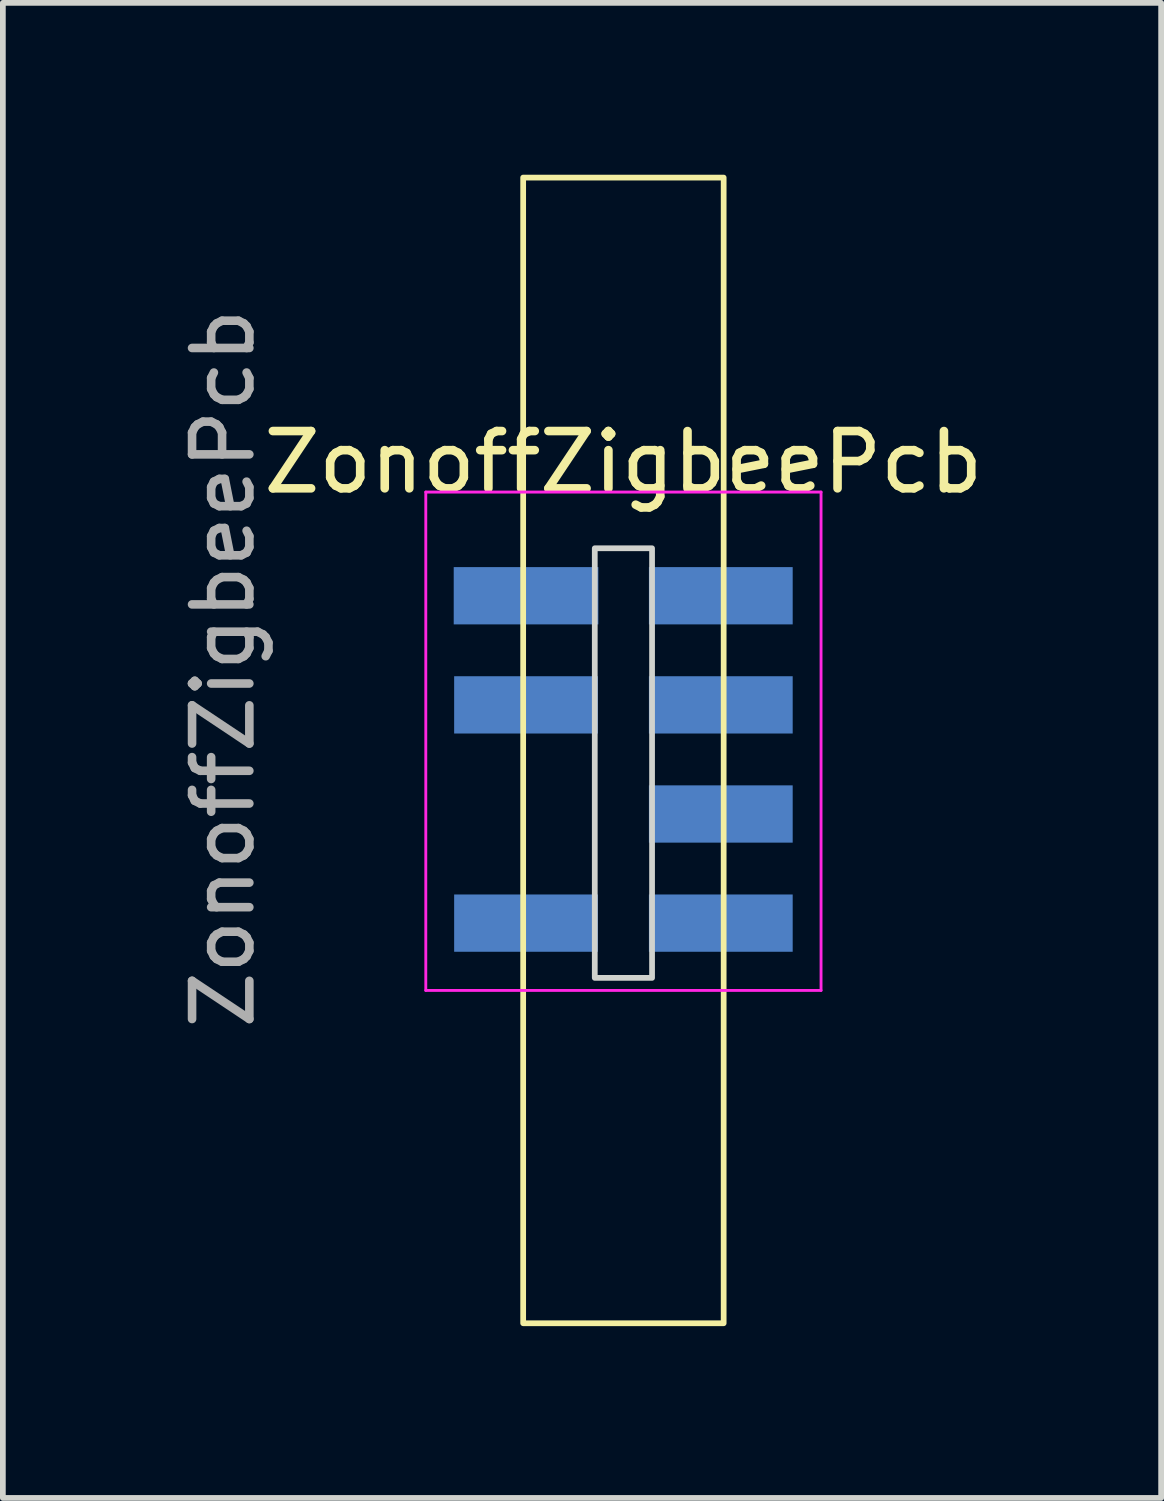
<source format=kicad_pcb>
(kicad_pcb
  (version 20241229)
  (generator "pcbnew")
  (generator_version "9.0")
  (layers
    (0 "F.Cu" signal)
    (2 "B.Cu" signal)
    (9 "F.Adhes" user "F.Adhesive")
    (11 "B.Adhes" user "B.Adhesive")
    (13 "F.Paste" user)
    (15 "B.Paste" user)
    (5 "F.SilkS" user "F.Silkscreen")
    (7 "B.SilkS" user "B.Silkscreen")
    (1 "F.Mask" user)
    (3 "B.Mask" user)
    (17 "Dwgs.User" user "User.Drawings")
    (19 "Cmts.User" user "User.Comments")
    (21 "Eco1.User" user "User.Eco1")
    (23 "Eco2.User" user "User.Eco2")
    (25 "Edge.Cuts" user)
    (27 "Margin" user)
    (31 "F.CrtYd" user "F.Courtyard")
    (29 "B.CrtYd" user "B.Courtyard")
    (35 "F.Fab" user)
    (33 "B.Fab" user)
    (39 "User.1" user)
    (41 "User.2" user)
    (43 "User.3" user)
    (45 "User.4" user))
  (footprint "ZonoffZigbeePcb"
    (layer "F.Cu")
    (at 7.833 9.89)
    (property "Reference" "ZonoffZigbeePcb" (at 0 -4.87 180) (layer "F.SilkS") (effects (font (size 1 1) (thickness 0.15))))
    (attr smd)
    (fp_rect (start -1.75 -9.84) (end 1.75 10.16) (stroke (width 0.1) (type default)) (fill no) (layer "F.SilkS"))
    (fp_rect (start -0.5 -3.369) (end 0.5 4.131) (stroke (width 0.1) (type default)) (fill no) (layer "Edge.Cuts"))
    (fp_line (start -3.45 -4.35) (end -3.45 4.35) (stroke (width 0.05) (type solid)) (layer "F.CrtYd"))
    (fp_line (start -3.45 4.35) (end 3.45 4.35) (stroke (width 0.05) (type solid)) (layer "F.CrtYd"))
    (fp_line (start 3.45 -4.35) (end -3.45 -4.35) (stroke (width 0.05) (type solid)) (layer "F.CrtYd"))
    (fp_line (start 3.45 4.35) (end 3.45 -4.35) (stroke (width 0.05) (type solid)) (layer "F.CrtYd"))
    (fp_text user "${REFERENCE}" (at -6.985 -1.27 270) (layer "F.Fab") (effects (font (size 1 1) (thickness 0.15))))
    (pad "1" smd rect (at 1.7 -2.54) (size 2.51 1) (layers "B.Cu" "B.Mask" "B.Paste"))
    (pad "2" smd rect (at 1.7 -0.635) (size 2.51 1) (layers "B.Cu" "B.Mask" "B.Paste"))
    (pad "3" smd rect (at 1.7 1.27) (size 2.51 1) (layers "B.Cu" "B.Mask" "B.Paste"))
    (pad "4" smd rect (at 1.7 3.175) (size 2.51 1) (layers "B.Cu" "B.Mask" "B.Paste"))
    (pad "5" smd rect (at -1.7 3.175) (size 2.51 1) (layers "B.Cu" "B.Mask" "B.Paste"))
    (pad "6" smd rect (at -1.7 -0.635) (size 2.51 1) (layers "B.Cu" "B.Mask" "B.Paste"))
    (pad "7" smd rect (at -1.7 -2.54) (size 2.525 1) (layers "B.Cu" "B.Mask" "B.Paste")))
  (gr_rect
    (start -3 -3)
    (end 17.22 23.1)
    (stroke (width 0.1) (type default))
    (fill no)
    (layer "Edge.Cuts")))
</source>
